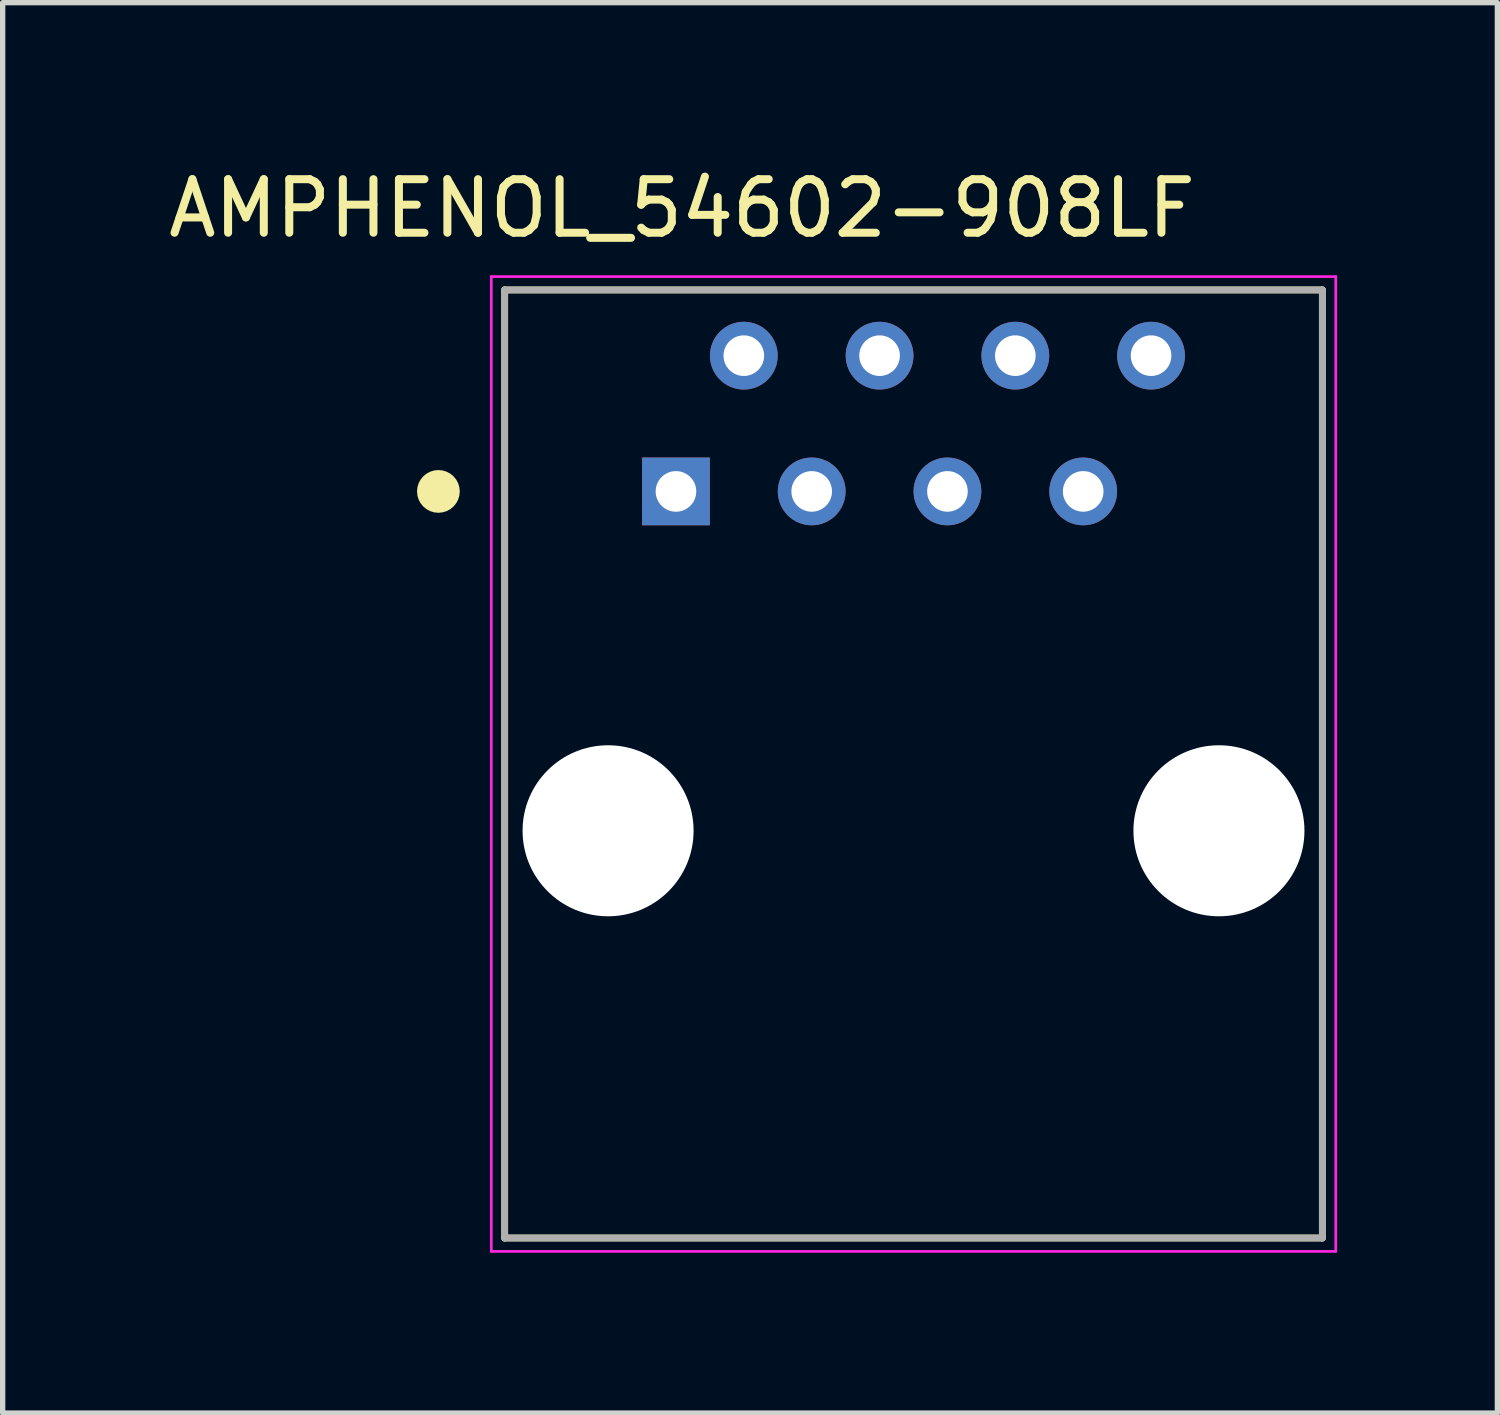
<source format=kicad_pcb>
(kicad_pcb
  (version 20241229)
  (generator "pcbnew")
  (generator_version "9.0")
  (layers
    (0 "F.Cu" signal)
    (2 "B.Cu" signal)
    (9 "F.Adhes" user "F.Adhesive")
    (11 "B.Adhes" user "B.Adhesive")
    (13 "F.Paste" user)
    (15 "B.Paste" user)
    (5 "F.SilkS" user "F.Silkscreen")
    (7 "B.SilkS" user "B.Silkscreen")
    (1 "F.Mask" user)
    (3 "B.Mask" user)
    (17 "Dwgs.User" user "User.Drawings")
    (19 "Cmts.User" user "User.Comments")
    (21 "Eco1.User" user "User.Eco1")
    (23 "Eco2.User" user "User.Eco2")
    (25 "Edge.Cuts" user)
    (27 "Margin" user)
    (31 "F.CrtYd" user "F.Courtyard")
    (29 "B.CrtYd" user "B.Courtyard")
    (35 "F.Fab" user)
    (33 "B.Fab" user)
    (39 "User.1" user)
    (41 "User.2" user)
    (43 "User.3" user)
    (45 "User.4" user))
  (footprint "AMPHENOL_54602-908LF"
    (layer "F.Cu")
    (at 14.043 12.495)
    (property "Reference" "AMPHENOL_54602-908LF" (at -4.332 -11.646 0) (layer "F.SilkS") (effects (font (size 1.002 1.002) (thickness 0.15))))
    (attr through_hole)
    (fp_line (start -7.65 -10.12) (end 7.65 -10.12) (stroke (width 0.127) (type solid)) (layer "F.SilkS"))
    (fp_line (start -7.65 7.62) (end -7.65 -10.12) (stroke (width 0.127) (type solid)) (layer "F.SilkS"))
    (fp_line (start 7.65 -10.12) (end 7.65 7.62) (stroke (width 0.127) (type solid)) (layer "F.SilkS"))
    (fp_line (start 7.65 7.62) (end -7.65 7.62) (stroke (width 0.127) (type solid)) (layer "F.SilkS"))
    (fp_circle (center -8.89 -6.35) (end -8.69 -6.35) (stroke (width 0.4) (type solid)) (fill no) (layer "F.SilkS"))
    (fp_line (start -7.9 -10.37) (end -7.9 7.87) (stroke (width 0.05) (type solid)) (layer "F.CrtYd"))
    (fp_line (start -7.9 7.87) (end 7.9 7.87) (stroke (width 0.05) (type solid)) (layer "F.CrtYd"))
    (fp_line (start 7.9 -10.37) (end -7.9 -10.37) (stroke (width 0.05) (type solid)) (layer "F.CrtYd"))
    (fp_line (start 7.9 7.87) (end 7.9 -10.37) (stroke (width 0.05) (type solid)) (layer "F.CrtYd"))
    (fp_line (start -7.65 -10.12) (end -7.65 7.62) (stroke (width 0.127) (type solid)) (layer "F.Fab"))
    (fp_line (start -7.65 7.62) (end 7.65 7.62) (stroke (width 0.127) (type solid)) (layer "F.Fab"))
    (fp_line (start 7.65 -10.12) (end -7.65 -10.12) (stroke (width 0.127) (type solid)) (layer "F.Fab"))
    (fp_line (start 7.65 7.62) (end 7.65 -10.12) (stroke (width 0.127) (type solid)) (layer "F.Fab"))
    (pad "" np_thru_hole circle (at -5.715 0) (size 3.2 3.2) (drill 3.2) (layers "*.Cu" "*.Mask"))
    (pad "" np_thru_hole circle (at 5.715 0) (size 3.2 3.2) (drill 3.2) (layers "*.Cu" "*.Mask"))
    (pad "1" thru_hole rect (at -4.445 -6.35) (size 1.268 1.268) (drill 0.76) (layers "*.Cu" "*.Mask"))
    (pad "2" thru_hole circle (at -3.175 -8.89) (size 1.268 1.268) (drill 0.76) (layers "*.Cu" "*.Mask"))
    (pad "3" thru_hole circle (at -1.905 -6.35) (size 1.268 1.268) (drill 0.76) (layers "*.Cu" "*.Mask"))
    (pad "4" thru_hole circle (at -0.635 -8.89) (size 1.268 1.268) (drill 0.76) (layers "*.Cu" "*.Mask"))
    (pad "5" thru_hole circle (at 0.635 -6.35) (size 1.268 1.268) (drill 0.76) (layers "*.Cu" "*.Mask"))
    (pad "6" thru_hole circle (at 1.905 -8.89) (size 1.268 1.268) (drill 0.76) (layers "*.Cu" "*.Mask"))
    (pad "7" thru_hole circle (at 3.175 -6.35) (size 1.268 1.268) (drill 0.76) (layers "*.Cu" "*.Mask"))
    (pad "8" thru_hole circle (at 4.445 -8.89) (size 1.268 1.268) (drill 0.76) (layers "*.Cu" "*.Mask")))
  (gr_rect
    (start -3 -3)
    (end 24.968 23.39)
    (stroke (width 0.1) (type default))
    (fill no)
    (layer "Edge.Cuts")))
</source>
